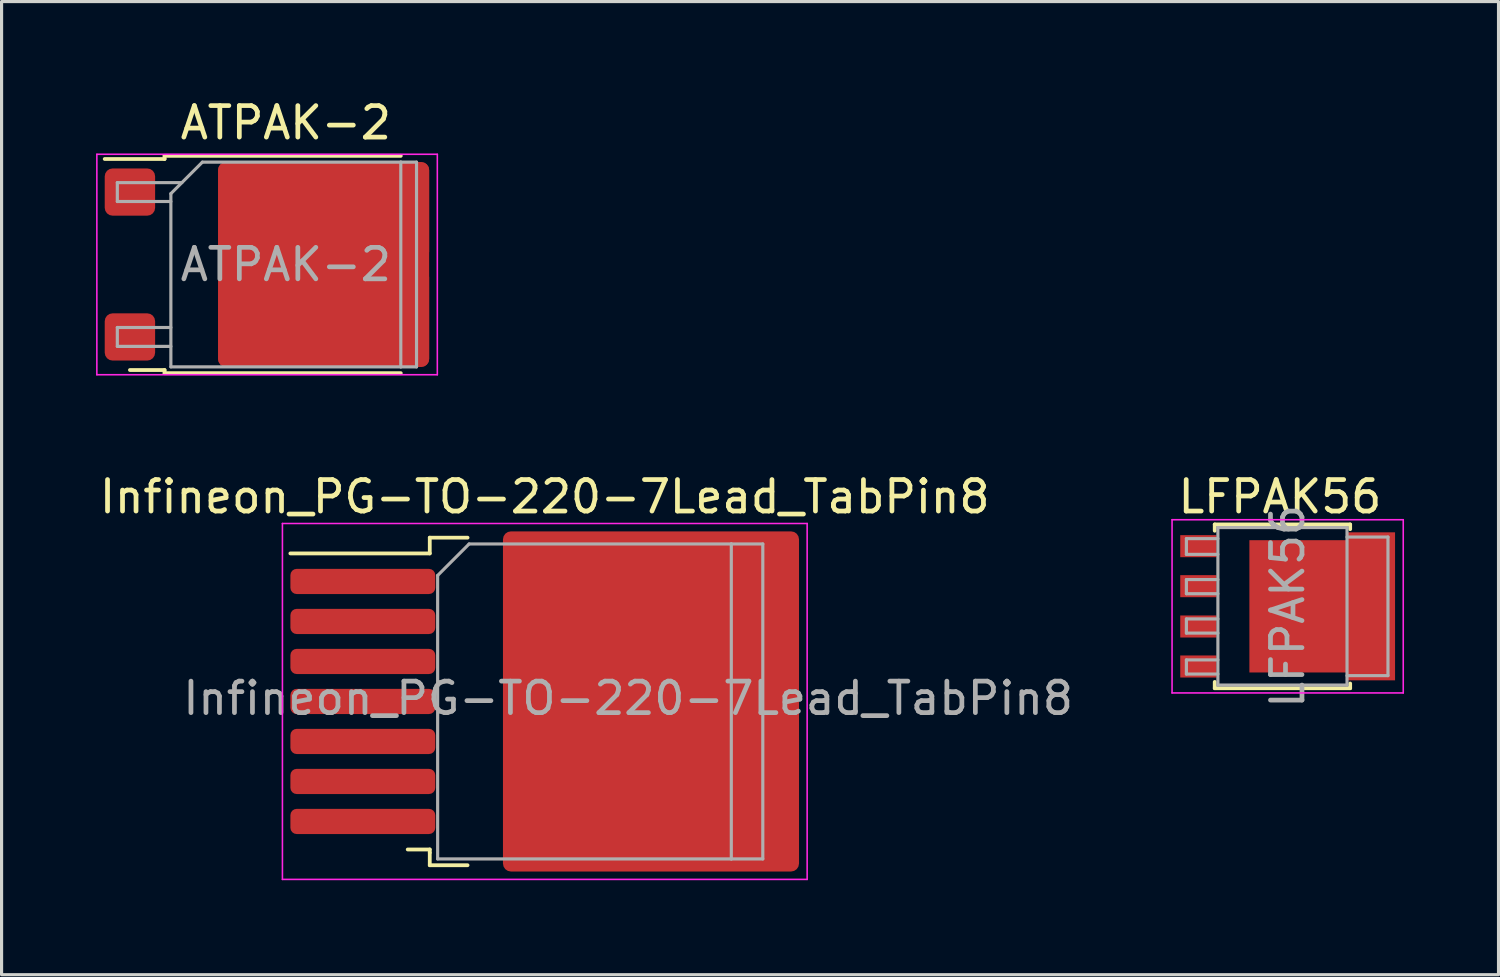
<source format=kicad_pcb>
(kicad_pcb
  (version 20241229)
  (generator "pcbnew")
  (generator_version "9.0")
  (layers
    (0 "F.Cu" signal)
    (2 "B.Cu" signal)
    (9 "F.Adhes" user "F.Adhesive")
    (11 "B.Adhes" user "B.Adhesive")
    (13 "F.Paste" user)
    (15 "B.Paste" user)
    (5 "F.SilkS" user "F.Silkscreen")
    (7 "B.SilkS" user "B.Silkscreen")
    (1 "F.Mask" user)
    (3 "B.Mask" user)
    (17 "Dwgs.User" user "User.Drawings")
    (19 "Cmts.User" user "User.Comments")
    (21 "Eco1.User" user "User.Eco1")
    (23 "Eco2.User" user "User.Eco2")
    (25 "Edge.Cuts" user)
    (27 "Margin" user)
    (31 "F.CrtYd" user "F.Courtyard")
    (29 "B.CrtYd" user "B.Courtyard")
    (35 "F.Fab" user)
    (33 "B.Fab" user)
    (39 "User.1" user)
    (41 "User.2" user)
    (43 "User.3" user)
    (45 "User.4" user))
  (footprint "Infineon_PG-TO-220-7Lead_TabPin8"
    (layer "F.Cu")
    (at 15.507 19.221)
    (property "Reference" "Infineon_PG-TO-220-7Lead_TabPin8" (at -1.262 -6.5 0) (layer "F.SilkS") (effects (font (size 1 1) (thickness 0.15))))
    (attr smd)
    (fp_line (start -9.338 -4.7) (end -4.912 -4.7) (stroke (width 0.12) (type solid)) (layer "F.SilkS"))
    (fp_line (start -5.612 4.7) (end -4.912 4.7) (stroke (width 0.12) (type solid)) (layer "F.SilkS"))
    (fp_line (start -4.912 -5.2) (end -3.712 -5.2) (stroke (width 0.12) (type solid)) (layer "F.SilkS"))
    (fp_line (start -4.912 -4.7) (end -4.912 -5.2) (stroke (width 0.12) (type solid)) (layer "F.SilkS"))
    (fp_line (start -4.912 4.7) (end -4.912 4.8) (stroke (width 0.12) (type solid)) (layer "F.SilkS"))
    (fp_line (start -4.912 5.2) (end -4.912 4.8) (stroke (width 0.12) (type solid)) (layer "F.SilkS"))
    (fp_line (start -3.712 5.2) (end -4.912 5.2) (stroke (width 0.12) (type solid)) (layer "F.SilkS"))
    (fp_line (start -9.59 -5.65) (end -9.59 5.65) (stroke (width 0.05) (type solid)) (layer "F.CrtYd"))
    (fp_line (start -9.59 -5.65) (end 7.07 -5.65) (stroke (width 0.05) (type solid)) (layer "F.CrtYd"))
    (fp_line (start 7.07 5.65) (end -9.59 5.65) (stroke (width 0.05) (type solid)) (layer "F.CrtYd"))
    (fp_line (start 7.07 5.65) (end 7.07 -5.65) (stroke (width 0.05) (type solid)) (layer "F.CrtYd"))
    (fp_line (start -4.662 -4) (end -4.662 5) (stroke (width 0.1) (type solid)) (layer "F.Fab"))
    (fp_line (start -4.662 -4) (end -3.663 -5) (stroke (width 0.1) (type solid)) (layer "F.Fab"))
    (fp_line (start -4.662 5) (end 4.662 5) (stroke (width 0.1) (type solid)) (layer "F.Fab"))
    (fp_line (start -3.663 -5) (end 4.662 -5) (stroke (width 0.1) (type solid)) (layer "F.Fab"))
    (fp_line (start 4.662 -5) (end 4.662 5) (stroke (width 0.1) (type solid)) (layer "F.Fab"))
    (fp_line (start 4.662 -5) (end 5.662 -5) (stroke (width 0.1) (type solid)) (layer "F.Fab"))
    (fp_line (start 4.662 5) (end 5.662 5) (stroke (width 0.1) (type solid)) (layer "F.Fab"))
    (fp_line (start 5.662 -5) (end 5.662 5) (stroke (width 0.1) (type solid)) (layer "F.Fab"))
    (fp_text user "${REFERENCE}" (at 1.387 -0.1 0) (layer "F.Fab") (effects (font (size 1 1) (thickness 0.15))))
    (pad "" smd roundrect (at -0.263 -2.75) (size 4.6 5.3) (layers "F.Paste") (roundrect_rratio 0.054))
    (pad "" smd roundrect (at -0.263 2.75) (size 4.6 5.3) (layers "F.Paste") (roundrect_rratio 0.054))
    (pad "" smd roundrect (at 4.487 -2.75) (size 4.6 5.3) (layers "F.Paste") (roundrect_rratio 0.054))
    (pad "" smd roundrect (at 4.487 2.75) (size 4.6 5.3) (layers "F.Paste") (roundrect_rratio 0.054))
    (pad "1" smd roundrect (at -7.037 -3.81) (size 4.6 0.8) (layers "F.Cu" "F.Mask" "F.Paste") (roundrect_rratio 0.25))
    (pad "2" smd roundrect (at -7.037 -2.54) (size 4.6 0.8) (layers "F.Cu" "F.Mask" "F.Paste") (roundrect_rratio 0.25))
    (pad "3" smd roundrect (at -7.037 -1.27) (size 4.6 0.8) (layers "F.Cu" "F.Mask" "F.Paste") (roundrect_rratio 0.25))
    (pad "4" smd roundrect (at -7.037 0) (size 4.6 0.8) (layers "F.Cu" "F.Mask" "F.Paste") (roundrect_rratio 0.25))
    (pad "5" smd roundrect (at -7.037 1.27) (size 4.6 0.8) (layers "F.Cu" "F.Mask" "F.Paste") (roundrect_rratio 0.25))
    (pad "6" smd roundrect (at -7.037 2.54) (size 4.6 0.8) (layers "F.Cu" "F.Mask" "F.Paste") (roundrect_rratio 0.25))
    (pad "7" smd roundrect (at -7.037 3.81) (size 4.6 0.8) (layers "F.Cu" "F.Mask" "F.Paste") (roundrect_rratio 0.25))
    (pad "8" smd roundrect (at 2.112 0) (size 9.4 10.8) (layers "F.Cu" "F.Mask") (roundrect_rratio 0.027)))
  (footprint "ATPAK-2"
    (layer "F.Cu")
    (at 6.025 5.348)
    (property "Reference" "ATPAK-2" (at 0 -4.5 0) (layer "F.SilkS") (effects (font (size 1 1) (thickness 0.15))))
    (attr smd)
    (fp_line (start -3.85 -3.45) (end -3.85 -3.35) (stroke (width 0.12) (type solid)) (layer "F.SilkS"))
    (fp_line (start -3.85 -3.35) (end -5.75 -3.35) (stroke (width 0.12) (type solid)) (layer "F.SilkS"))
    (fp_line (start -3.85 3.35) (end -4.95 3.35) (stroke (width 0.12) (type solid)) (layer "F.SilkS"))
    (fp_line (start -3.85 3.45) (end -3.85 3.35) (stroke (width 0.12) (type solid)) (layer "F.SilkS"))
    (fp_line (start 3.65 -3.45) (end -3.85 -3.45) (stroke (width 0.12) (type solid)) (layer "F.SilkS"))
    (fp_line (start 3.65 3.45) (end -3.85 3.45) (stroke (width 0.12) (type solid)) (layer "F.SilkS"))
    (fp_line (start -6 -3.5) (end -6 3.5) (stroke (width 0.05) (type solid)) (layer "F.CrtYd"))
    (fp_line (start -6 3.5) (end 4.81 3.5) (stroke (width 0.05) (type solid)) (layer "F.CrtYd"))
    (fp_line (start 4.81 -3.5) (end -6 -3.5) (stroke (width 0.05) (type solid)) (layer "F.CrtYd"))
    (fp_line (start 4.81 3.5) (end 4.81 -3.5) (stroke (width 0.05) (type solid)) (layer "F.CrtYd"))
    (fp_line (start -5.35 -2.6) (end -5.35 -2) (stroke (width 0.1) (type solid)) (layer "F.Fab"))
    (fp_line (start -5.35 -2) (end -3.65 -2) (stroke (width 0.1) (type solid)) (layer "F.Fab"))
    (fp_line (start -5.35 2) (end -5.35 2.6) (stroke (width 0.1) (type solid)) (layer "F.Fab"))
    (fp_line (start -5.35 2.6) (end -3.65 2.6) (stroke (width 0.1) (type solid)) (layer "F.Fab"))
    (fp_line (start -3.65 -2.25) (end -2.65 -3.25) (stroke (width 0.1) (type solid)) (layer "F.Fab"))
    (fp_line (start -3.65 2) (end -5.35 2) (stroke (width 0.1) (type solid)) (layer "F.Fab"))
    (fp_line (start -3.65 3.25) (end -3.65 -2.25) (stroke (width 0.1) (type solid)) (layer "F.Fab"))
    (fp_line (start -3.3 -2.6) (end -5.35 -2.6) (stroke (width 0.1) (type solid)) (layer "F.Fab"))
    (fp_line (start -2.65 -3.25) (end 3.65 -3.25) (stroke (width 0.1) (type solid)) (layer "F.Fab"))
    (fp_line (start 3.65 -3.25) (end 3.65 3.25) (stroke (width 0.1) (type solid)) (layer "F.Fab"))
    (fp_line (start 3.65 -3.25) (end 4.15 -3.25) (stroke (width 0.1) (type solid)) (layer "F.Fab"))
    (fp_line (start 3.65 3.25) (end -3.65 3.25) (stroke (width 0.1) (type solid)) (layer "F.Fab"))
    (fp_line (start 4.15 -3.25) (end 4.15 3.25) (stroke (width 0.1) (type solid)) (layer "F.Fab"))
    (fp_line (start 4.15 3.25) (end 3.65 3.25) (stroke (width 0.1) (type solid)) (layer "F.Fab"))
    (fp_text user "${REFERENCE}" (at 0 0 0) (layer "F.Fab") (effects (font (size 1 1) (thickness 0.15))))
    (pad "1" smd roundrect (at -4.95 -2.3) (size 1.6 1.5) (layers "F.Cu" "F.Mask" "F.Paste") (roundrect_rratio 0.167))
    (pad "2" smd roundrect (at -0.55 -1.7) (size 3.2 3.1) (layers "F.Cu" "F.Paste") (roundrect_rratio 0.081))
    (pad "2" smd roundrect (at -0.55 1.7) (size 3.2 3.1) (layers "F.Cu" "F.Paste") (roundrect_rratio 0.081))
    (pad "2" smd roundrect (at 1.2 0) (size 6.7 6.5) (layers "F.Cu" "F.Mask") (roundrect_rratio 0.038))
    (pad "2" smd roundrect (at 2.95 -1.7) (size 3.2 3.1) (layers "F.Cu" "F.Paste") (roundrect_rratio 0.081))
    (pad "2" smd roundrect (at 2.95 1.7) (size 3.2 3.1) (layers "F.Cu" "F.Paste") (roundrect_rratio 0.081))
    (pad "3" smd roundrect (at -4.95 2.3) (size 1.6 1.5) (layers "F.Cu" "F.Mask" "F.Paste") (roundrect_rratio 0.167)))
  (footprint "LFPAK56"
    (layer "F.Cu")
    (at 37.668 16.201)
    (property "Reference" "LFPAK56" (at -0.08 -3.48 0) (layer "F.SilkS") (effects (font (size 1 1) (thickness 0.15))))
    (attr smd)
    (fp_line (start -2.15 -2.6) (end -2.15 -2.4) (stroke (width 0.12) (type solid)) (layer "F.SilkS"))
    (fp_line (start -2.15 2.4) (end -2.15 2.6) (stroke (width 0.12) (type solid)) (layer "F.SilkS"))
    (fp_line (start -2.15 2.6) (end 2.15 2.6) (stroke (width 0.12) (type solid)) (layer "F.SilkS"))
    (fp_line (start 2.15 -2.6) (end -2.15 -2.6) (stroke (width 0.12) (type solid)) (layer "F.SilkS"))
    (fp_line (start 2.15 -2.45) (end 2.15 -2.6) (stroke (width 0.12) (type solid)) (layer "F.SilkS"))
    (fp_line (start 2.15 2.6) (end 2.15 2.45) (stroke (width 0.12) (type solid)) (layer "F.SilkS"))
    (fp_line (start -3.505 2.75) (end -3.505 -2.75) (stroke (width 0.05) (type solid)) (layer "F.CrtYd"))
    (fp_line (start -3.505 2.75) (end 3.835 2.75) (stroke (width 0.05) (type solid)) (layer "F.CrtYd"))
    (fp_line (start 3.835 -2.75) (end -3.505 -2.75) (stroke (width 0.05) (type solid)) (layer "F.CrtYd"))
    (fp_line (start 3.835 -2.75) (end 3.835 2.75) (stroke (width 0.05) (type solid)) (layer "F.CrtYd"))
    (fp_line (start -3.05 -2.15) (end -3.05 -1.65) (stroke (width 0.1) (type solid)) (layer "F.Fab"))
    (fp_line (start -3.05 -2.15) (end -2.05 -2.15) (stroke (width 0.1) (type solid)) (layer "F.Fab"))
    (fp_line (start -3.05 -1.65) (end -2.05 -1.65) (stroke (width 0.1) (type solid)) (layer "F.Fab"))
    (fp_line (start -3.05 -0.85) (end -3.05 -0.4) (stroke (width 0.1) (type solid)) (layer "F.Fab"))
    (fp_line (start -3.05 -0.4) (end -2.05 -0.4) (stroke (width 0.1) (type solid)) (layer "F.Fab"))
    (fp_line (start -3.05 0.4) (end -3.05 0.85) (stroke (width 0.1) (type solid)) (layer "F.Fab"))
    (fp_line (start -3.05 0.85) (end -2.05 0.85) (stroke (width 0.1) (type solid)) (layer "F.Fab"))
    (fp_line (start -3.05 1.7) (end -3.05 2.15) (stroke (width 0.1) (type solid)) (layer "F.Fab"))
    (fp_line (start -3.05 2.15) (end -2.05 2.15) (stroke (width 0.1) (type solid)) (layer "F.Fab"))
    (fp_line (start -2.05 -2.5) (end -2.05 2.5) (stroke (width 0.1) (type solid)) (layer "F.Fab"))
    (fp_line (start -2.05 -0.85) (end -3.05 -0.85) (stroke (width 0.1) (type solid)) (layer "F.Fab"))
    (fp_line (start -2.05 0.4) (end -3.05 0.4) (stroke (width 0.1) (type solid)) (layer "F.Fab"))
    (fp_line (start -2.05 1.7) (end -3.05 1.7) (stroke (width 0.1) (type solid)) (layer "F.Fab"))
    (fp_line (start -2.05 2.5) (end 2.05 2.5) (stroke (width 0.1) (type solid)) (layer "F.Fab"))
    (fp_line (start 2.05 -2.5) (end -2.05 -2.5) (stroke (width 0.1) (type solid)) (layer "F.Fab"))
    (fp_line (start 2.05 2.5) (end 2.05 -2.5) (stroke (width 0.1) (type solid)) (layer "F.Fab"))
    (fp_line (start 3.35 -2.2) (end 2.05 -2.2) (stroke (width 0.1) (type solid)) (layer "F.Fab"))
    (fp_line (start 3.35 -2.2) (end 3.35 2.2) (stroke (width 0.1) (type solid)) (layer "F.Fab"))
    (fp_line (start 3.35 2.2) (end 2.05 2.2) (stroke (width 0.1) (type solid)) (layer "F.Fab"))
    (fp_text user "${REFERENCE}" (at 0.165 0 90) (layer "F.Fab") (effects (font (size 1 1) (thickness 0.15))))
    (pad "" smd rect (at -0.5 -1.15) (size 0.6 0.9) (layers "F.Paste"))
    (pad "" smd rect (at -0.5 0) (size 0.6 0.9) (layers "F.Paste"))
    (pad "" smd rect (at -0.5 1.15) (size 0.6 0.9) (layers "F.Paste"))
    (pad "" smd rect (at 0.35 -1.15) (size 0.6 0.9) (layers "F.Paste"))
    (pad "" smd rect (at 0.35 0) (size 0.6 0.9) (layers "F.Paste"))
    (pad "" smd rect (at 0.35 1.15) (size 0.6 0.9) (layers "F.Paste"))
    (pad "" smd rect (at 1.2 -1.15) (size 0.6 0.9) (layers "F.Paste"))
    (pad "" smd rect (at 1.2 0) (size 0.6 0.9) (layers "F.Paste"))
    (pad "" smd rect (at 1.2 1.15) (size 0.6 0.9) (layers "F.Paste"))
    (pad "" smd rect (at 3.05 -1.88 270) (size 0.6 0.9) (layers "F.Paste"))
    (pad "" smd rect (at 3.05 -0.6 270) (size 0.6 0.9) (layers "F.Paste"))
    (pad "" smd rect (at 3.05 0.6 270) (size 0.6 0.9) (layers "F.Paste"))
    (pad "" smd rect (at 3.05 1.88 270) (size 0.6 0.9) (layers "F.Paste"))
    (pad "1" smd rect (at -2.67 -1.91 270) (size 0.7 1.15) (layers "F.Cu" "F.Mask" "F.Paste"))
    (pad "2" smd rect (at -2.67 -0.64 270) (size 0.7 1.15) (layers "F.Cu" "F.Mask" "F.Paste"))
    (pad "3" smd rect (at -2.67 0.64 270) (size 0.7 1.15) (layers "F.Cu" "F.Mask" "F.Paste"))
    (pad "4" smd rect (at -2.67 1.91 270) (size 0.7 1.15) (layers "F.Cu" "F.Mask" "F.Paste"))
    (pad "5" smd custom (at 0.6 0) (size 3.3 4.2) (layers "F.Cu" "F.Mask") (options (anchor rect)) (primitives (gr_poly (pts (xy 2.975 2.35) (xy 1.425 2.35) (xy 1.425 -2.35) (xy 2.975 -2.35)) (width 0) (fill yes)))))
  (gr_rect
    (start -3 -3)
    (end 44.528 27.896)
    (stroke (width 0.1) (type default))
    (fill no)
    (layer "Edge.Cuts")))
</source>
